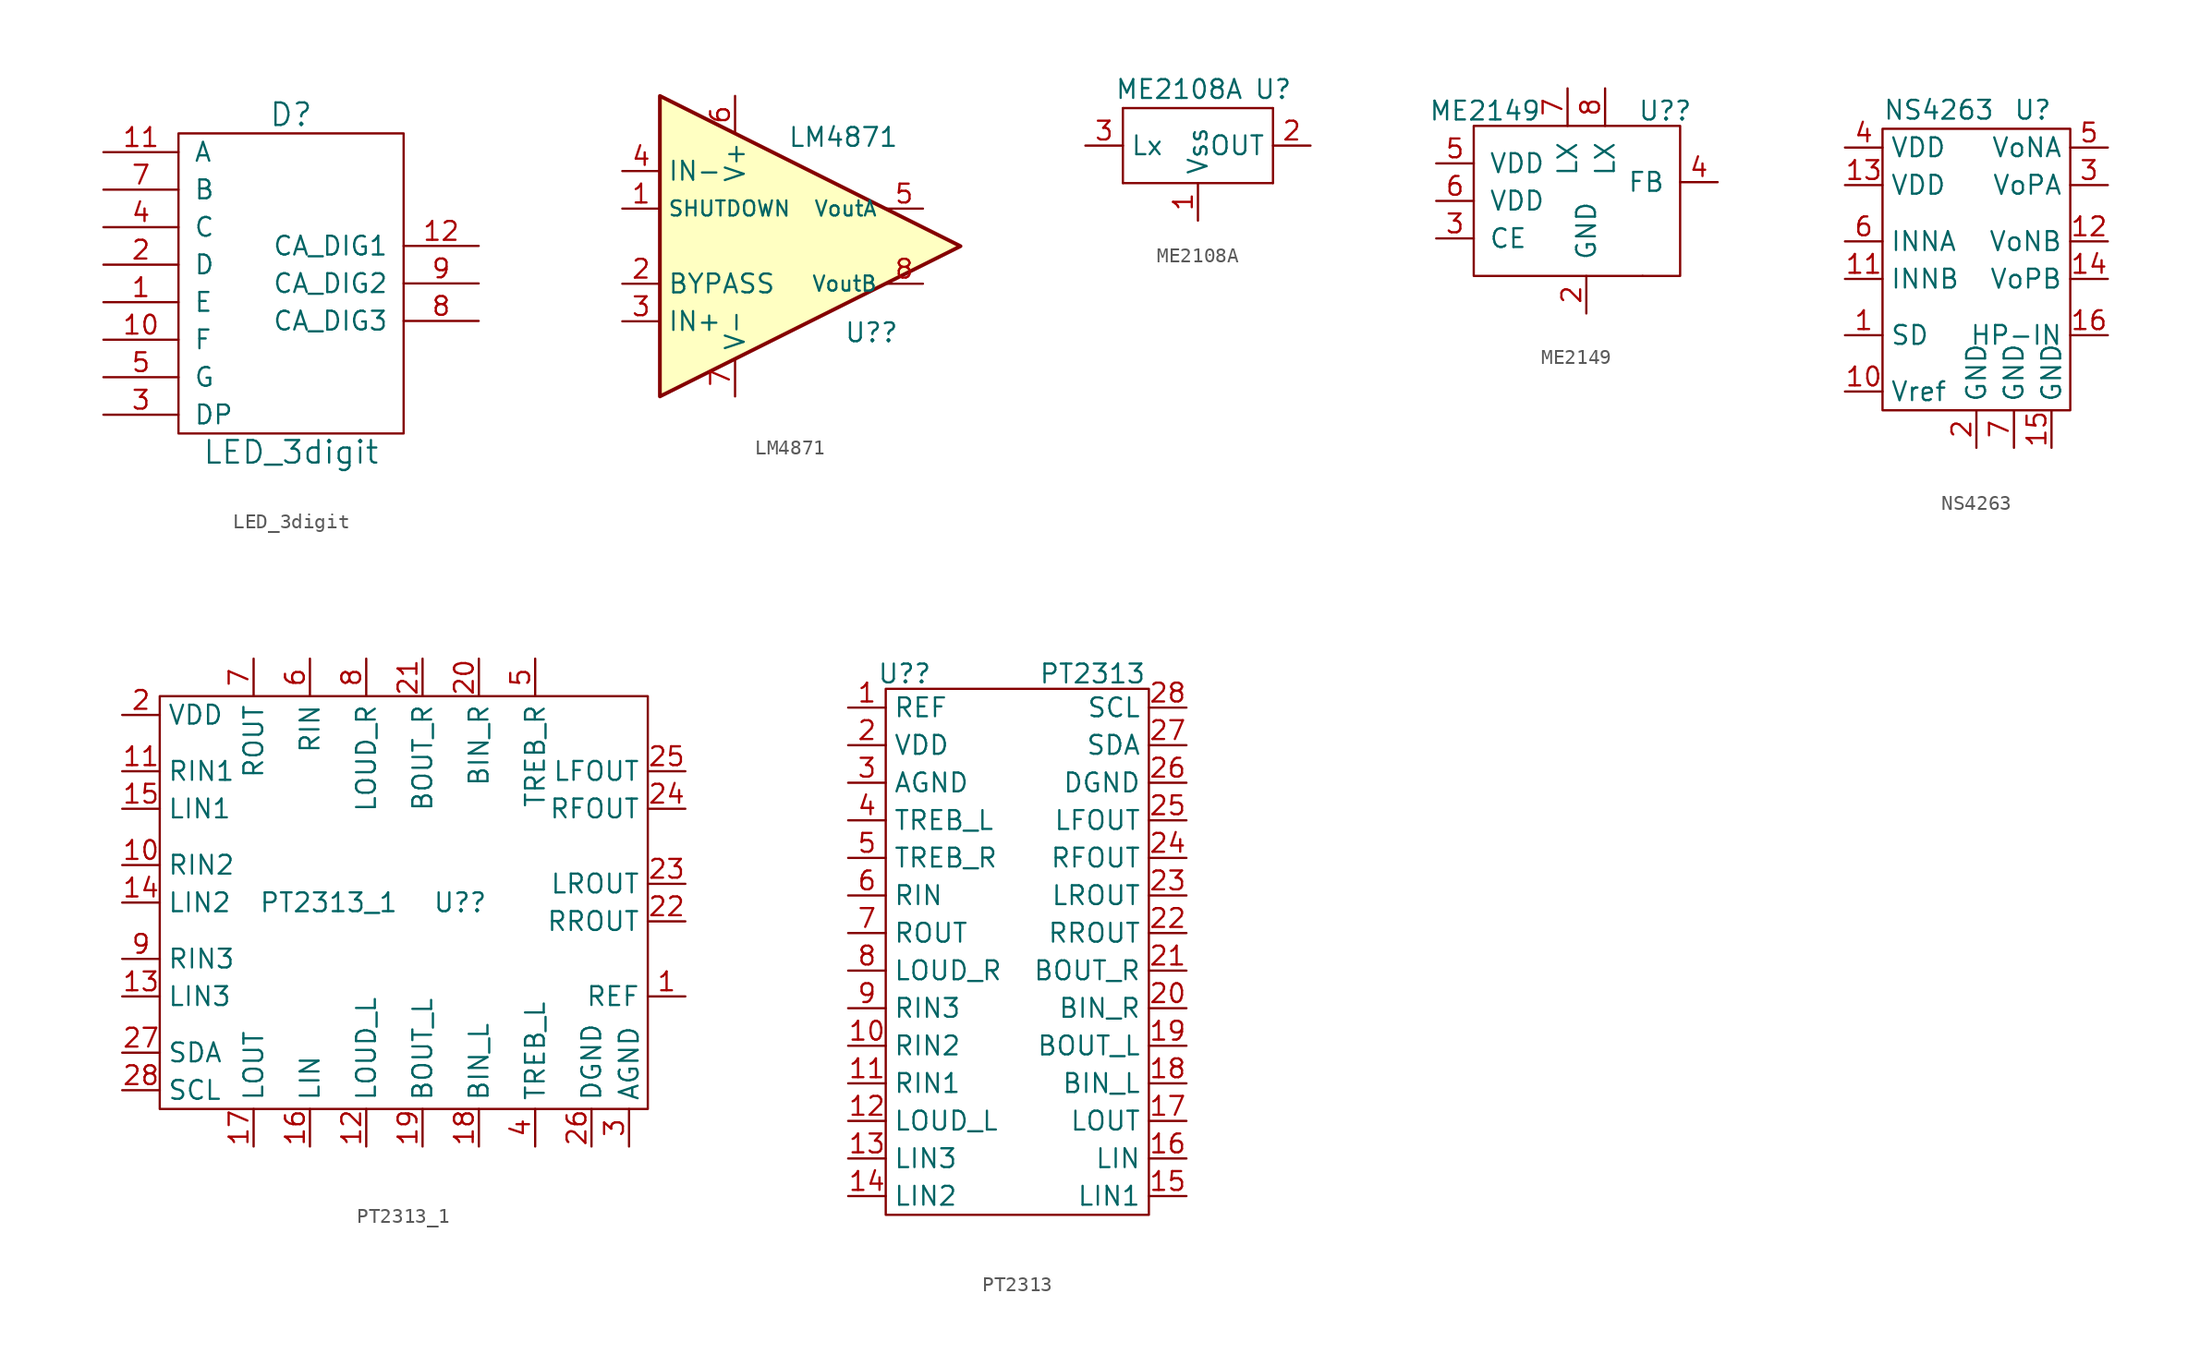
<source format=kicad_sym>
(kicad_symbol_lib
  (version 20211014)
  (generator kicad_symbol_editor)
  (symbol "LED_3digit"
    (pin_names
      (offset 1.016))
    (property "Reference" "D"
      (at 0 11.43 0)
      (effects (font (size 1.524 1.524))))
    (property "Value" "LED_3digit"
      (at 0 -11.43 0)
      (effects (font (size 1.524 1.524))))
    (symbol "LED_3digit_0_1"
      (rectangle (start -7.62 10.16) (end 7.62 -10.16) (stroke (width 0) (type default) (color 0 0 0 0)) (fill (type none))))
    (symbol "LED_3digit_1_1"
      (pin input line (at -12.7 -1.27 0) (length 5.08) (name "E" (effects (font (size 1.27 1.27)))) (number "1" (effects (font (size 1.27 1.27)))))
      (pin input line (at -12.7 -3.81 0) (length 5.08) (name "F" (effects (font (size 1.27 1.27)))) (number "10" (effects (font (size 1.27 1.27)))))
      (pin input line (at -12.7 8.89 0) (length 5.08) (name "A" (effects (font (size 1.27 1.27)))) (number "11" (effects (font (size 1.27 1.27)))))
      (pin input line (at 12.7 2.54 180) (length 5.08) (name "CA_DIG1" (effects (font (size 1.27 1.27)))) (number "12" (effects (font (size 1.27 1.27)))))
      (pin input line (at -12.7 1.27 0) (length 5.08) (name "D" (effects (font (size 1.27 1.27)))) (number "2" (effects (font (size 1.27 1.27)))))
      (pin input line (at -12.7 -8.89 0) (length 5.08) (name "DP" (effects (font (size 1.27 1.27)))) (number "3" (effects (font (size 1.27 1.27)))))
      (pin input line (at -12.7 3.81 0) (length 5.08) (name "C" (effects (font (size 1.27 1.27)))) (number "4" (effects (font (size 1.27 1.27)))))
      (pin input line (at -12.7 -6.35 0) (length 5.08) (name "G" (effects (font (size 1.27 1.27)))) (number "5" (effects (font (size 1.27 1.27)))))
      (pin input line (at -12.7 6.35 0) (length 5.08) (name "B" (effects (font (size 1.27 1.27)))) (number "7" (effects (font (size 1.27 1.27)))))
      (pin input line (at 12.7 -2.54 180) (length 5.08) (name "CA_DIG3" (effects (font (size 1.27 1.27)))) (number "8" (effects (font (size 1.27 1.27)))))
      (pin input line (at 12.7 0 180) (length 5.08) (name "CA_DIG2" (effects (font (size 1.27 1.27)))) (number "9" (effects (font (size 1.27 1.27)))))))
  (symbol "LM4871"
    (property "Reference" "U?"
      (at 4.826 -5.842 0)
      (effects (font (size 1.27 1.27)) (justify left)))
    (property "Value" "LM4871"
      (at 1.016 7.366 0)
      (effects (font (size 1.27 1.27)) (justify left)))
    (symbol "LM4871_0_1"
      (polyline (pts (xy -7.62 10.16) (xy -7.62 -10.16) (xy 12.7 0) (xy -7.62 10.16)) (stroke (width 0.254) (type default) (color 0 0 0 0)) (fill (type background))))
    (symbol "LM4871_1_1"
      (pin input line (at -10.16 2.54 0) (length 2.54) (name "SHUTDOWN" (effects (font (size 1.016 1.016)))) (number "1" (effects (font (size 1.27 1.27)))))
      (pin passive line (at -10.16 -2.54 0) (length 2.54) (name "BYPASS" (effects (font (size 1.27 1.27)))) (number "2" (effects (font (size 1.27 1.27)))))
      (pin input line (at -10.16 -5.08 0) (length 2.54) (name "IN+" (effects (font (size 1.27 1.27)))) (number "3" (effects (font (size 1.27 1.27)))))
      (pin input line (at -10.16 5.08 0) (length 2.54) (name "IN-" (effects (font (size 1.27 1.27)))) (number "4" (effects (font (size 1.27 1.27)))))
      (pin output line (at 10.16 2.54 180) (length 2.54) (name "VoutA" (effects (font (size 1.016 1.016)))) (number "5" (effects (font (size 1.27 1.27)))))
      (pin power_in line (at -2.54 10.16 270) (length 2.54) (name "V+" (effects (font (size 1.27 1.27)))) (number "6" (effects (font (size 1.27 1.27)))))
      (pin power_in line (at -2.54 -10.16 90) (length 2.54) (name "V-" (effects (font (size 1.27 1.27)))) (number "7" (effects (font (size 1.27 1.27)))))
      (pin output line (at 10.16 -2.54 180) (length 2.54) (name "VoutB" (effects (font (size 1.016 1.016)))) (number "8" (effects (font (size 1.27 1.27)))))))
  (symbol "ME2108A"
    (property "Reference" "U"
      (at 5.08 3.81 0)
      (effects (font (size 1.27 1.27))))
    (property "Value" "ME2108A"
      (at -1.27 3.81 0)
      (effects (font (size 1.27 1.27))))
    (symbol "ME2108A_0_1"
      (rectangle (start -5.08 -2.54) (end 5.08 -2.54) (stroke (width 0) (type default) (color 0 0 0 0)) (fill (type none)))
      (rectangle (start -5.08 2.54) (end -5.08 -2.54) (stroke (width 0) (type default) (color 0 0 0 0)) (fill (type none)))
      (rectangle (start 5.08 -2.54) (end 5.08 2.54) (stroke (width 0) (type default) (color 0 0 0 0)) (fill (type none)))
      (rectangle (start 5.08 2.54) (end -5.08 2.54) (stroke (width 0) (type default) (color 0 0 0 0)) (fill (type none))))
    (symbol "ME2108A_1_1"
      (pin power_in line (at 0 -5.08 90) (length 2.54) (name "Vss" (effects (font (size 1.27 1.27)))) (number "1" (effects (font (size 1.27 1.27)))))
      (pin power_out line (at 7.62 0 180) (length 2.54) (name "OUT" (effects (font (size 1.27 1.27)))) (number "2" (effects (font (size 1.27 1.27)))))
      (pin power_in line (at -7.62 0 0) (length 2.54) (name "Lx" (effects (font (size 1.27 1.27)))) (number "3" (effects (font (size 1.27 1.27)))))))
  (symbol "ME2149"
    (pin_names
      (offset 1.016))
    (property "Reference" "U?"
      (at 5.334 6.096 0)
      (effects (font (size 1.27 1.27))))
    (property "Value" "ME2149"
      (at -6.858 6.096 0)
      (effects (font (size 1.27 1.27))))
    (symbol "ME2149_0_1"
      (rectangle (start -7.62 5.08) (end 6.35 -5.08) (stroke (width 0) (type default) (color 0 0 0 0)) (fill (type none)))
      (rectangle (start 3.81 -5.08) (end 3.81 -5.08) (stroke (width 0) (type default) (color 0 0 0 0)) (fill (type none))))
    (symbol "ME2149_1_1"
      (pin input line (at 0 -7.62 90) (length 2.54) (name "GND" (effects (font (size 1.27 1.27)))) (number "2" (effects (font (size 1.27 1.27)))))
      (pin input line (at -10.16 -2.54 0) (length 2.54) (name "CE" (effects (font (size 1.27 1.27)))) (number "3" (effects (font (size 1.27 1.27)))))
      (pin input line (at 8.89 1.27 180) (length 2.54) (name "FB" (effects (font (size 1.27 1.27)))) (number "4" (effects (font (size 1.27 1.27)))))
      (pin power_in line (at -10.16 2.54 0) (length 2.54) (name "VDD" (effects (font (size 1.27 1.27)))) (number "5" (effects (font (size 1.27 1.27)))))
      (pin power_in line (at -10.16 0 0) (length 2.54) (name "VDD" (effects (font (size 1.27 1.27)))) (number "6" (effects (font (size 1.27 1.27)))))
      (pin power_out line (at -1.27 7.62 270) (length 2.54) (name "LX" (effects (font (size 1.27 1.27)))) (number "7" (effects (font (size 1.27 1.27)))))
      (pin power_out line (at 1.27 7.62 270) (length 2.54) (name "LX" (effects (font (size 1.27 1.27)))) (number "8" (effects (font (size 1.27 1.27)))))))
  (symbol "NS4263"
    (property "Reference" "U"
      (at 3.81 17.78 0)
      (effects (font (size 1.27 1.27))))
    (property "Value" "NS4263"
      (at -2.54 17.78 0)
      (effects (font (size 1.27 1.27))))
    (symbol "NS4263_0_1"
      (rectangle (start -6.35 16.51) (end 6.35 -2.54) (stroke (width 0) (type default) (color 0 0 0 0)) (fill (type none))))
    (symbol "NS4263_1_1"
      (pin input line (at -8.89 2.54 0) (length 2.54) (name "SD" (effects (font (size 1.27 1.27)))) (number "1" (effects (font (size 1.27 1.27)))))
      (pin output line (at -8.89 -1.27 0) (length 2.54) (name "Vref" (effects (font (size 1.27 1.27)))) (number "10" (effects (font (size 1.27 1.27)))))
      (pin input line (at -8.89 6.35 0) (length 2.54) (name "INNB" (effects (font (size 1.27 1.27)))) (number "11" (effects (font (size 1.27 1.27)))))
      (pin output line (at 8.89 8.89 180) (length 2.54) (name "VoNB" (effects (font (size 1.27 1.27)))) (number "12" (effects (font (size 1.27 1.27)))))
      (pin power_in line (at -8.89 12.7 0) (length 2.54) (name "VDD" (effects (font (size 1.27 1.27)))) (number "13" (effects (font (size 1.27 1.27)))))
      (pin output line (at 8.89 6.35 180) (length 2.54) (name "VoPB" (effects (font (size 1.27 1.27)))) (number "14" (effects (font (size 1.27 1.27)))))
      (pin power_in line (at 5.08 -5.08 90) (length 2.54) (name "GND" (effects (font (size 1.27 1.27)))) (number "15" (effects (font (size 1.27 1.27)))))
      (pin input line (at 8.89 2.54 180) (length 2.54) (name "HP-IN" (effects (font (size 1.27 1.27)))) (number "16" (effects (font (size 1.27 1.27)))))
      (pin power_in line (at 0 -5.08 90) (length 2.54) (name "GND" (effects (font (size 1.27 1.27)))) (number "2" (effects (font (size 1.27 1.27)))))
      (pin output line (at 8.89 12.7 180) (length 2.54) (name "VoPA" (effects (font (size 1.27 1.27)))) (number "3" (effects (font (size 1.27 1.27)))))
      (pin power_in line (at -8.89 15.24 0) (length 2.54) (name "VDD" (effects (font (size 1.27 1.27)))) (number "4" (effects (font (size 1.27 1.27)))))
      (pin output line (at 8.89 15.24 180) (length 2.54) (name "VoNA" (effects (font (size 1.27 1.27)))) (number "5" (effects (font (size 1.27 1.27)))))
      (pin input line (at -8.89 8.89 0) (length 2.54) (name "INNA" (effects (font (size 1.27 1.27)))) (number "6" (effects (font (size 1.27 1.27)))))
      (pin power_in line (at 2.54 -5.08 90) (length 2.54) (name "GND" (effects (font (size 1.27 1.27)))) (number "7" (effects (font (size 1.27 1.27)))))))
  (symbol "PT2313_1"
    (property "Reference" "U?"
      (at -2.54 -10.16 0)
      (effects (font (size 1.27 1.27))))
    (property "Value" "PT2313_1"
      (at -11.43 -10.16 0)
      (effects (font (size 1.27 1.27))))
    (symbol "PT2313_1_0_1"
      (rectangle (start -22.86 3.81) (end 10.16 -24.13) (stroke (width 0) (type default) (color 0 0 0 0)) (fill (type none))))
    (symbol "PT2313_1_1_1"
      (pin output line (at 12.7 -16.51 180) (length 2.54) (name "REF" (effects (font (size 1.27 1.27)))) (number "1" (effects (font (size 1.27 1.27)))))
      (pin input line (at -25.4 -7.62 0) (length 2.54) (name "RIN2" (effects (font (size 1.27 1.27)))) (number "10" (effects (font (size 1.27 1.27)))))
      (pin input line (at -25.4 -1.27 0) (length 2.54) (name "RIN1" (effects (font (size 1.27 1.27)))) (number "11" (effects (font (size 1.27 1.27)))))
      (pin input line (at -8.89 -26.67 90) (length 2.54) (name "LOUD_L" (effects (font (size 1.27 1.27)))) (number "12" (effects (font (size 1.27 1.27)))))
      (pin input line (at -25.4 -16.51 0) (length 2.54) (name "LIN3" (effects (font (size 1.27 1.27)))) (number "13" (effects (font (size 1.27 1.27)))))
      (pin input line (at -25.4 -10.16 0) (length 2.54) (name "LIN2" (effects (font (size 1.27 1.27)))) (number "14" (effects (font (size 1.27 1.27)))))
      (pin input line (at -25.4 -3.81 0) (length 2.54) (name "LIN1" (effects (font (size 1.27 1.27)))) (number "15" (effects (font (size 1.27 1.27)))))
      (pin input line (at -12.7 -26.67 90) (length 2.54) (name "LIN" (effects (font (size 1.27 1.27)))) (number "16" (effects (font (size 1.27 1.27)))))
      (pin output line (at -16.51 -26.67 90) (length 2.54) (name "LOUT" (effects (font (size 1.27 1.27)))) (number "17" (effects (font (size 1.27 1.27)))))
      (pin input line (at -1.27 -26.67 90) (length 2.54) (name "BIN_L" (effects (font (size 1.27 1.27)))) (number "18" (effects (font (size 1.27 1.27)))))
      (pin output line (at -5.08 -26.67 90) (length 2.54) (name "BOUT_L" (effects (font (size 1.27 1.27)))) (number "19" (effects (font (size 1.27 1.27)))))
      (pin power_in line (at -25.4 2.54 0) (length 2.54) (name "VDD" (effects (font (size 1.27 1.27)))) (number "2" (effects (font (size 1.27 1.27)))))
      (pin input line (at -1.27 6.35 270) (length 2.54) (name "BIN_R" (effects (font (size 1.27 1.27)))) (number "20" (effects (font (size 1.27 1.27)))))
      (pin output line (at -5.08 6.35 270) (length 2.54) (name "BOUT_R" (effects (font (size 1.27 1.27)))) (number "21" (effects (font (size 1.27 1.27)))))
      (pin output line (at 12.7 -11.43 180) (length 2.54) (name "RROUT" (effects (font (size 1.27 1.27)))) (number "22" (effects (font (size 1.27 1.27)))))
      (pin output line (at 12.7 -8.89 180) (length 2.54) (name "LROUT" (effects (font (size 1.27 1.27)))) (number "23" (effects (font (size 1.27 1.27)))))
      (pin output line (at 12.7 -3.81 180) (length 2.54) (name "RFOUT" (effects (font (size 1.27 1.27)))) (number "24" (effects (font (size 1.27 1.27)))))
      (pin output line (at 12.7 -1.27 180) (length 2.54) (name "LFOUT" (effects (font (size 1.27 1.27)))) (number "25" (effects (font (size 1.27 1.27)))))
      (pin power_in line (at 6.35 -26.67 90) (length 2.54) (name "DGND" (effects (font (size 1.27 1.27)))) (number "26" (effects (font (size 1.27 1.27)))))
      (pin input line (at -25.4 -20.32 0) (length 2.54) (name "SDA" (effects (font (size 1.27 1.27)))) (number "27" (effects (font (size 1.27 1.27)))))
      (pin input line (at -25.4 -22.86 0) (length 2.54) (name "SCL" (effects (font (size 1.27 1.27)))) (number "28" (effects (font (size 1.27 1.27)))))
      (pin power_in line (at 8.89 -26.67 90) (length 2.54) (name "AGND" (effects (font (size 1.27 1.27)))) (number "3" (effects (font (size 1.27 1.27)))))
      (pin input line (at 2.54 -26.67 90) (length 2.54) (name "TREB_L" (effects (font (size 1.27 1.27)))) (number "4" (effects (font (size 1.27 1.27)))))
      (pin input line (at 2.54 6.35 270) (length 2.54) (name "TREB_R" (effects (font (size 1.27 1.27)))) (number "5" (effects (font (size 1.27 1.27)))))
      (pin input line (at -12.7 6.35 270) (length 2.54) (name "RIN" (effects (font (size 1.27 1.27)))) (number "6" (effects (font (size 1.27 1.27)))))
      (pin output line (at -16.51 6.35 270) (length 2.54) (name "ROUT" (effects (font (size 1.27 1.27)))) (number "7" (effects (font (size 1.27 1.27)))))
      (pin input line (at -8.89 6.35 270) (length 2.54) (name "LOUD_R" (effects (font (size 1.27 1.27)))) (number "8" (effects (font (size 1.27 1.27)))))
      (pin input line (at -25.4 -13.97 0) (length 2.54) (name "RIN3" (effects (font (size 1.27 1.27)))) (number "9" (effects (font (size 1.27 1.27)))))))
  (symbol "PT2313"
    (property "Reference" "U?"
      (at -7.62 18.796 0)
      (effects (font (size 1.27 1.27))))
    (property "Value" "PT2313"
      (at 5.08 18.796 0)
      (effects (font (size 1.27 1.27))))
    (symbol "PT2313_0_1"
      (rectangle (start -8.89 17.78) (end 8.89 -17.78) (stroke (width 0) (type default) (color 0 0 0 0)) (fill (type none))))
    (symbol "PT2313_1_1"
      (pin output line (at -11.43 16.51 0) (length 2.54) (name "REF" (effects (font (size 1.27 1.27)))) (number "1" (effects (font (size 1.27 1.27)))))
      (pin input line (at -11.43 -6.35 0) (length 2.54) (name "RIN2" (effects (font (size 1.27 1.27)))) (number "10" (effects (font (size 1.27 1.27)))))
      (pin input line (at -11.43 -8.89 0) (length 2.54) (name "RIN1" (effects (font (size 1.27 1.27)))) (number "11" (effects (font (size 1.27 1.27)))))
      (pin input line (at -11.43 -11.43 0) (length 2.54) (name "LOUD_L" (effects (font (size 1.27 1.27)))) (number "12" (effects (font (size 1.27 1.27)))))
      (pin input line (at -11.43 -13.97 0) (length 2.54) (name "LIN3" (effects (font (size 1.27 1.27)))) (number "13" (effects (font (size 1.27 1.27)))))
      (pin input line (at -11.43 -16.51 0) (length 2.54) (name "LIN2" (effects (font (size 1.27 1.27)))) (number "14" (effects (font (size 1.27 1.27)))))
      (pin input line (at 11.43 -16.51 180) (length 2.54) (name "LIN1" (effects (font (size 1.27 1.27)))) (number "15" (effects (font (size 1.27 1.27)))))
      (pin input line (at 11.43 -13.97 180) (length 2.54) (name "LIN" (effects (font (size 1.27 1.27)))) (number "16" (effects (font (size 1.27 1.27)))))
      (pin output line (at 11.43 -11.43 180) (length 2.54) (name "LOUT" (effects (font (size 1.27 1.27)))) (number "17" (effects (font (size 1.27 1.27)))))
      (pin input line (at 11.43 -8.89 180) (length 2.54) (name "BIN_L" (effects (font (size 1.27 1.27)))) (number "18" (effects (font (size 1.27 1.27)))))
      (pin output line (at 11.43 -6.35 180) (length 2.54) (name "BOUT_L" (effects (font (size 1.27 1.27)))) (number "19" (effects (font (size 1.27 1.27)))))
      (pin power_in line (at -11.43 13.97 0) (length 2.54) (name "VDD" (effects (font (size 1.27 1.27)))) (number "2" (effects (font (size 1.27 1.27)))))
      (pin input line (at 11.43 -3.81 180) (length 2.54) (name "BIN_R" (effects (font (size 1.27 1.27)))) (number "20" (effects (font (size 1.27 1.27)))))
      (pin output line (at 11.43 -1.27 180) (length 2.54) (name "BOUT_R" (effects (font (size 1.27 1.27)))) (number "21" (effects (font (size 1.27 1.27)))))
      (pin output line (at 11.43 1.27 180) (length 2.54) (name "RROUT" (effects (font (size 1.27 1.27)))) (number "22" (effects (font (size 1.27 1.27)))))
      (pin output line (at 11.43 3.81 180) (length 2.54) (name "LROUT" (effects (font (size 1.27 1.27)))) (number "23" (effects (font (size 1.27 1.27)))))
      (pin output line (at 11.43 6.35 180) (length 2.54) (name "RFOUT" (effects (font (size 1.27 1.27)))) (number "24" (effects (font (size 1.27 1.27)))))
      (pin output line (at 11.43 8.89 180) (length 2.54) (name "LFOUT" (effects (font (size 1.27 1.27)))) (number "25" (effects (font (size 1.27 1.27)))))
      (pin power_in line (at 11.43 11.43 180) (length 2.54) (name "DGND" (effects (font (size 1.27 1.27)))) (number "26" (effects (font (size 1.27 1.27)))))
      (pin input line (at 11.43 13.97 180) (length 2.54) (name "SDA" (effects (font (size 1.27 1.27)))) (number "27" (effects (font (size 1.27 1.27)))))
      (pin input line (at 11.43 16.51 180) (length 2.54) (name "SCL" (effects (font (size 1.27 1.27)))) (number "28" (effects (font (size 1.27 1.27)))))
      (pin power_in line (at -11.43 11.43 0) (length 2.54) (name "AGND" (effects (font (size 1.27 1.27)))) (number "3" (effects (font (size 1.27 1.27)))))
      (pin input line (at -11.43 8.89 0) (length 2.54) (name "TREB_L" (effects (font (size 1.27 1.27)))) (number "4" (effects (font (size 1.27 1.27)))))
      (pin input line (at -11.43 6.35 0) (length 2.54) (name "TREB_R" (effects (font (size 1.27 1.27)))) (number "5" (effects (font (size 1.27 1.27)))))
      (pin input line (at -11.43 3.81 0) (length 2.54) (name "RIN" (effects (font (size 1.27 1.27)))) (number "6" (effects (font (size 1.27 1.27)))))
      (pin output line (at -11.43 1.27 0) (length 2.54) (name "ROUT" (effects (font (size 1.27 1.27)))) (number "7" (effects (font (size 1.27 1.27)))))
      (pin input line (at -11.43 -1.27 0) (length 2.54) (name "LOUD_R" (effects (font (size 1.27 1.27)))) (number "8" (effects (font (size 1.27 1.27)))))
      (pin input line (at -11.43 -3.81 0) (length 2.54) (name "RIN3" (effects (font (size 1.27 1.27)))) (number "9" (effects (font (size 1.27 1.27))))))))
</source>
